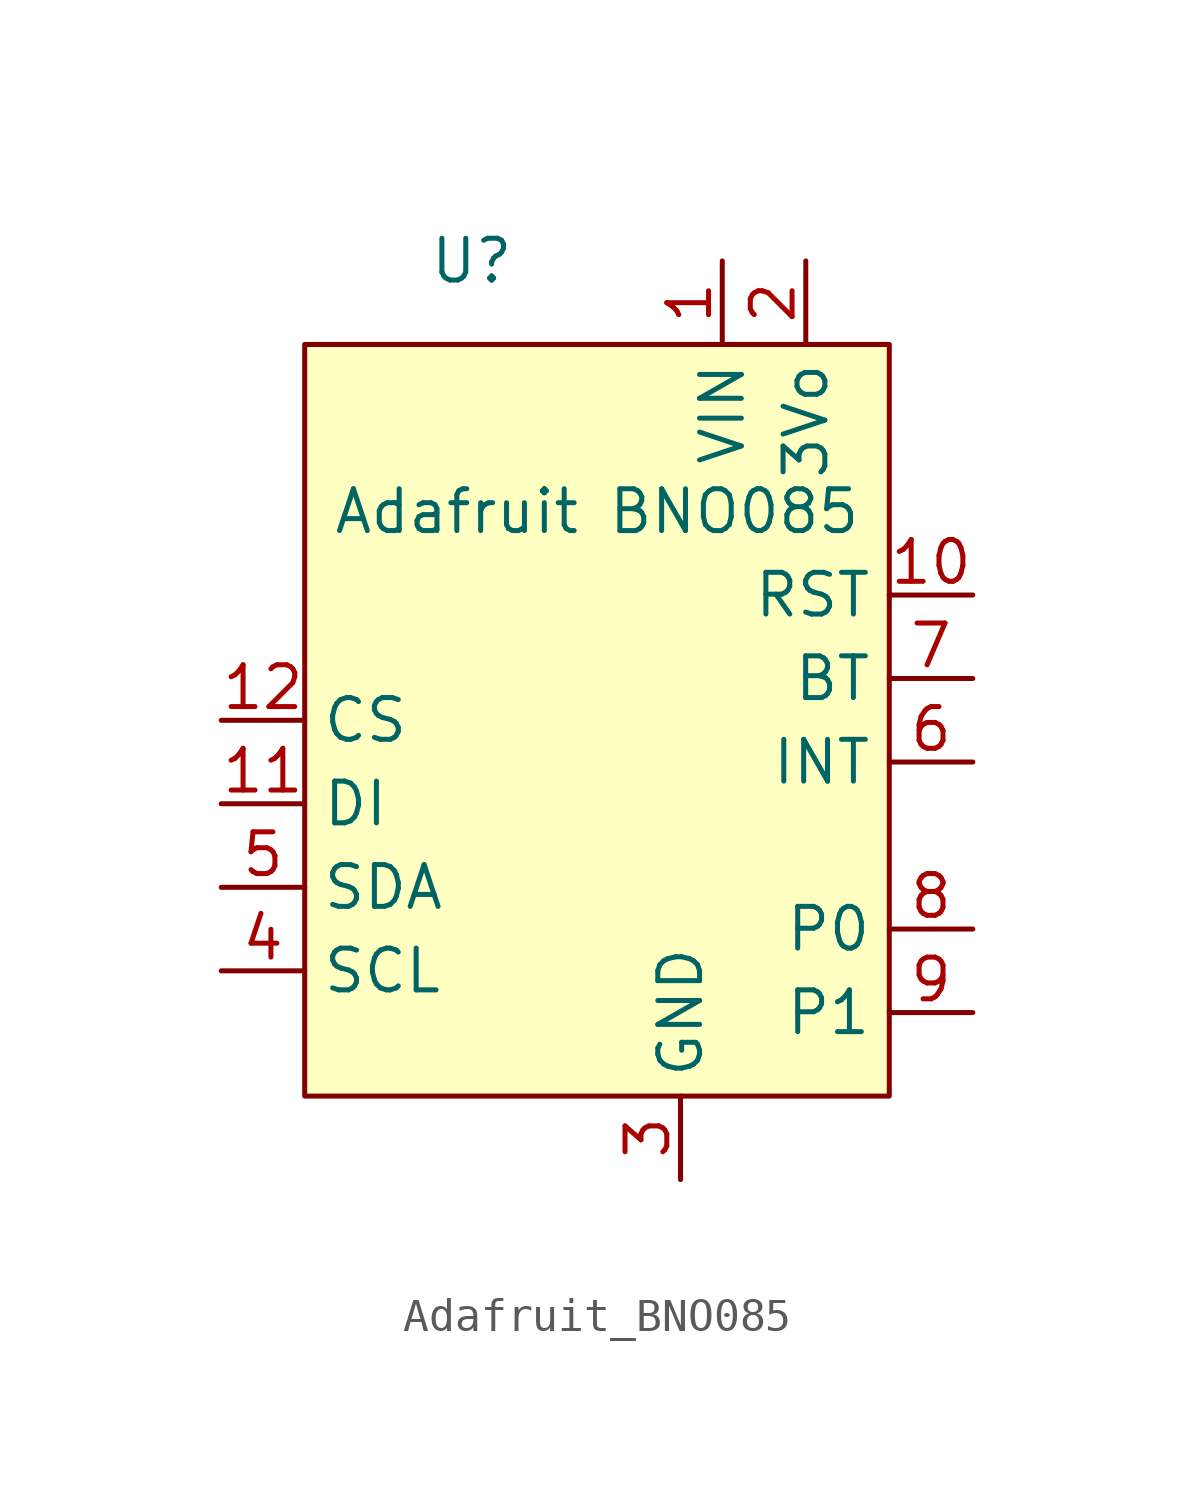
<source format=kicad_sym>
(kicad_symbol_lib
  (version 20220914)
  (generator kicad_symbol_editor)
  (symbol "Adafruit_BNO085"
    (property "Reference" "U"
      (at -6.35 8.89 0)
      (effects (font (size 1.27 1.27))))
    (property "Value" "Adafruit BNO085"
      (at -2.54 1.27 0)
      (effects (font (size 1.27 1.27))))
    (symbol "Adafruit_BNO085_1_1"
      (rectangle (start -11.43 6.35) (end 6.35 -16.51) (stroke (width 0) (type default)) (fill (type background)))
      (pin input line (at 1.27 8.89 270) (length 2.54) (name "VIN" (effects (font (size 1.27 1.27)))) (number "1" (effects (font (size 1.27 1.27)))))
      (pin output line (at 8.89 -1.27 180) (length 2.54) (name "RST" (effects (font (size 1.27 1.27)))) (number "10" (effects (font (size 1.27 1.27)))))
      (pin input line (at -13.97 -7.62 0) (length 2.54) (name "DI" (effects (font (size 1.27 1.27)))) (number "11" (effects (font (size 1.27 1.27)))))
      (pin input line (at -13.97 -5.08 0) (length 2.54) (name "CS" (effects (font (size 1.27 1.27)))) (number "12" (effects (font (size 1.27 1.27)))))
      (pin input line (at 3.81 8.89 270) (length 2.54) (name "3Vo" (effects (font (size 1.27 1.27)))) (number "2" (effects (font (size 1.27 1.27)))))
      (pin input line (at 0 -19.05 90) (length 2.54) (name "GND" (effects (font (size 1.27 1.27)))) (number "3" (effects (font (size 1.27 1.27)))))
      (pin input line (at -13.97 -12.7 0) (length 2.54) (name "SCL" (effects (font (size 1.27 1.27)))) (number "4" (effects (font (size 1.27 1.27)))))
      (pin bidirectional line (at -13.97 -10.16 0) (length 2.54) (name "SDA" (effects (font (size 1.27 1.27)))) (number "5" (effects (font (size 1.27 1.27)))))
      (pin output line (at 8.89 -6.35 180) (length 2.54) (name "INT" (effects (font (size 1.27 1.27)))) (number "6" (effects (font (size 1.27 1.27)))))
      (pin output line (at 8.89 -3.81 180) (length 2.54) (name "BT" (effects (font (size 1.27 1.27)))) (number "7" (effects (font (size 1.27 1.27)))))
      (pin output line (at 8.89 -11.43 180) (length 2.54) (name "P0" (effects (font (size 1.27 1.27)))) (number "8" (effects (font (size 1.27 1.27)))))
      (pin output line (at 8.89 -13.97 180) (length 2.54) (name "P1" (effects (font (size 1.27 1.27)))) (number "9" (effects (font (size 1.27 1.27))))))))
</source>
